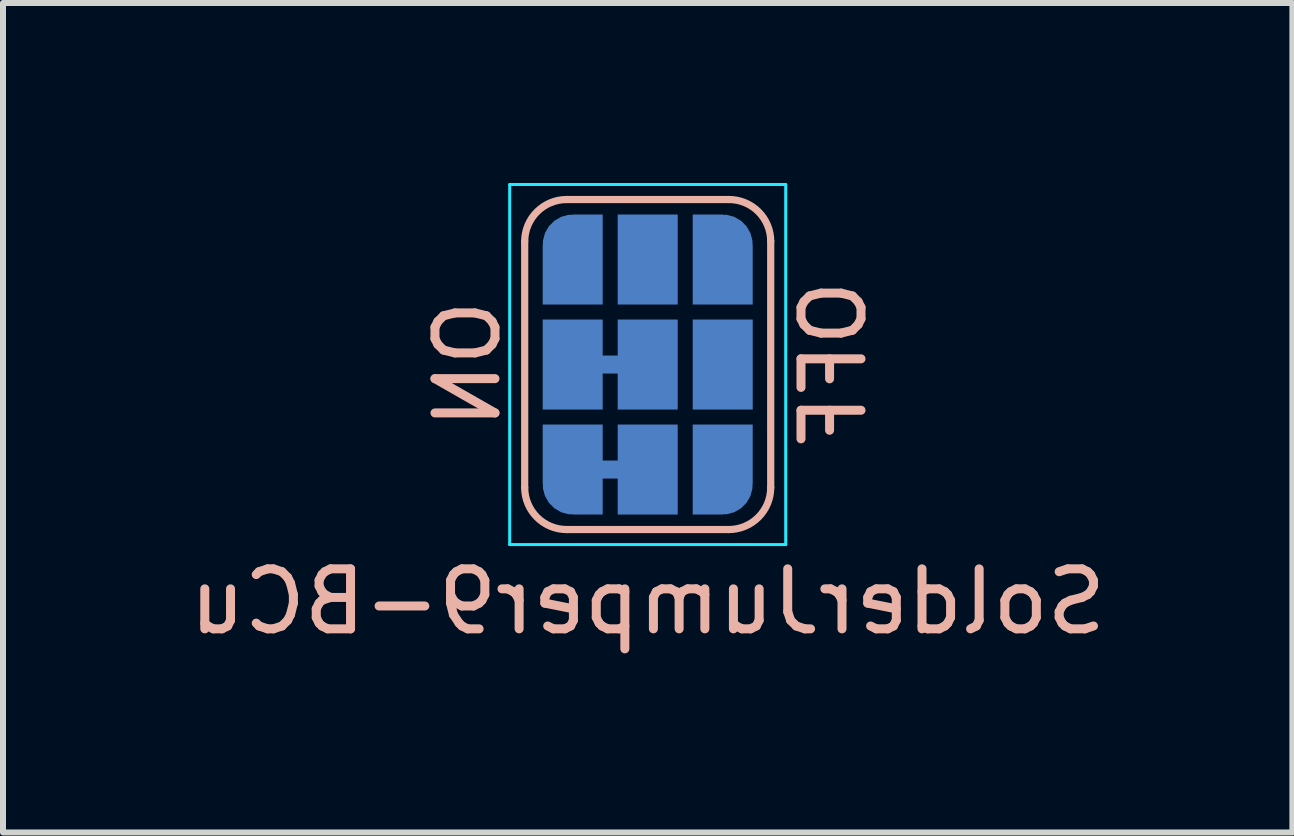
<source format=kicad_pcb>
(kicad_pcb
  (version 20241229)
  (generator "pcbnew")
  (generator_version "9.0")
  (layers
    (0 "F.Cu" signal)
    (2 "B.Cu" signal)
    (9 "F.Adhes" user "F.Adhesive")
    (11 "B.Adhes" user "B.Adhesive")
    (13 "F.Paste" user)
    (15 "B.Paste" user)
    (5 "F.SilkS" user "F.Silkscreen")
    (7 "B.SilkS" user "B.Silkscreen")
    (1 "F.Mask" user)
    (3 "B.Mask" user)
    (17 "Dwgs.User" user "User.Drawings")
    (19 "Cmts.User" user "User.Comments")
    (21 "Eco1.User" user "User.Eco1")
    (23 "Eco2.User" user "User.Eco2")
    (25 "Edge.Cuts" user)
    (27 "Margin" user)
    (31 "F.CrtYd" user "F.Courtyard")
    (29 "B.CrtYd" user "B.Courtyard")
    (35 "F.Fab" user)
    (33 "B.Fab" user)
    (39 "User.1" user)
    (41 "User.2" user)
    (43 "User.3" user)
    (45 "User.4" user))
  (footprint "SolderJumper9-BCu"
    (layer "F.Cu")
    (at 7.744 3.025)
    (property "Reference" "SolderJumper9-BCu" (at 0 3.95 0) (layer "B.SilkS") (effects (font (size 1 1) (thickness 0.15)) (justify mirror)))
    (attr exclude_from_pos_files exclude_from_bom)
    (fp_poly (pts (xy -0.9 -0.15) (xy -0.4 -0.15) (xy -0.4 0.15) (xy -0.9 0.15)) (stroke (width 0) (type solid)) (fill yes) (layer "B.Cu"))
    (fp_poly (pts (xy -0.9 1.6) (xy -0.4 1.6) (xy -0.4 1.9) (xy -0.9 1.9)) (stroke (width 0) (type solid)) (fill yes) (layer "B.Cu"))
    (fp_line (start -2.05 2.05) (end -2.05 -2.05) (stroke (width 0.12) (type solid)) (layer "B.SilkS"))
    (fp_line (start -1.35 -2.75) (end 1.35 -2.75) (stroke (width 0.12) (type solid)) (layer "B.SilkS"))
    (fp_line (start 1.35 2.75) (end -1.35 2.75) (stroke (width 0.12) (type solid)) (layer "B.SilkS"))
    (fp_line (start 2.05 -2.055) (end 2.05 2.05) (stroke (width 0.12) (type solid)) (layer "B.SilkS"))
    (fp_arc (start -2.05 -2.05) (mid -1.844975 -2.544975) (end -1.35 -2.75) (stroke (width 0.12) (type solid)) (layer "B.SilkS"))
    (fp_arc (start -1.35 2.75) (mid -1.844975 2.544975) (end -2.05 2.05) (stroke (width 0.12) (type solid)) (layer "B.SilkS"))
    (fp_arc (start 1.35 -2.75) (mid 1.844666 -2.548226) (end 2.049999 -2.055026) (stroke (width 0.12) (type solid)) (layer "B.SilkS"))
    (fp_arc (start 2.049999 2.05) (mid 1.844974 2.544975) (end 1.349999 2.75) (stroke (width 0.12) (type solid)) (layer "B.SilkS"))
    (fp_line (start -2.3 -3) (end -2.3 3) (stroke (width 0.05) (type solid)) (layer "B.CrtYd"))
    (fp_line (start -2.3 -3) (end 2.3 -3) (stroke (width 0.05) (type solid)) (layer "B.CrtYd"))
    (fp_line (start 2.3 3) (end -2.3 3) (stroke (width 0.05) (type solid)) (layer "B.CrtYd"))
    (fp_line (start 2.3 3) (end 2.3 -3) (stroke (width 0.05) (type solid)) (layer "B.CrtYd"))
    (fp_text user "OFF" (at 3.1 0 90) (layer "B.SilkS") (effects (font (size 1 1) (thickness 0.15)) (justify mirror)))
    (fp_text user "ON" (at -3 -0.003 90) (layer "B.SilkS") (effects (font (size 1 1) (thickness 0.15)) (justify mirror)))
    (pad "1" smd custom (at -1.25 -1.75 180) (size 1 0.5) (layers "B.Cu" "B.Mask") (options (anchor rect)) (primitives (gr_poly (pts (xy 0 0.75) (xy -0.5 0.75) (xy -0.5 -0.75) (xy 0 -0.75)) (width 0) (fill yes)) (gr_circle (center 0 0.25) (end 0.5 0.25) (width 0) (fill yes)) (gr_poly (pts (xy 0.5 -0.25) (xy 0 -0.25) (xy 0 -0.75) (xy 0.5 -0.75)) (width 0) (fill yes))))
    (pad "2" smd rect (at -0.000001 -1.75) (size 1 1.5) (layers "B.Cu" "B.Mask"))
    (pad "3" smd custom (at 1.25 -1.75 180) (size 1 0.5) (layers "B.Cu" "B.Mask") (options (anchor rect)) (primitives (gr_poly (pts (xy 0 0.75) (xy 0.5 0.75) (xy 0.5 -0.75) (xy 0 -0.75)) (width 0) (fill yes)) (gr_circle (center 0 0.25) (end -0.5 0.25) (width 0) (fill yes)) (gr_poly (pts (xy -0.5 -0.25) (xy 0 -0.25) (xy 0 -0.75) (xy -0.5 -0.75)) (width 0) (fill yes))))
    (pad "4" smd rect (at -1.25 0) (size 1 1.5) (layers "B.Cu" "B.Mask"))
    (pad "5" smd rect (at 0 0) (size 1 1.5) (layers "B.Cu" "B.Mask"))
    (pad "6" smd rect (at 1.25 0) (size 1 1.5) (layers "B.Cu" "B.Mask"))
    (pad "7" smd custom (at -1.25 1.75) (size 1 0.5) (layers "B.Cu" "B.Mask") (options (anchor rect)) (primitives (gr_poly (pts (xy 0 0.75) (xy 0.5 0.75) (xy 0.5 -0.75) (xy 0 -0.75)) (width 0) (fill yes)) (gr_circle (center 0 0.25) (end -0.5 0.25) (width 0) (fill yes)) (gr_poly (pts (xy -0.5 -0.25) (xy 0 -0.25) (xy 0 -0.75) (xy -0.5 -0.75)) (width 0) (fill yes))))
    (pad "8" smd rect (at -0.000001 1.75) (size 1 1.5) (layers "B.Cu" "B.Mask"))
    (pad "9" smd custom (at 1.25 1.75) (size 1 0.5) (layers "B.Cu" "B.Mask") (options (anchor rect)) (primitives (gr_poly (pts (xy 0 0.75) (xy -0.5 0.75) (xy -0.5 -0.75) (xy 0 -0.75)) (width 0) (fill yes)) (gr_circle (center 0 0.25) (end 0.5 0.25) (width 0) (fill yes)) (gr_poly (pts (xy 0.5 -0.25) (xy 0 -0.25) (xy 0 -0.75) (xy 0.5 -0.75)) (width 0) (fill yes)))))
  (gr_rect
    (start -3 -3)
    (end 18.488 10.823)
    (stroke (width 0.1) (type default))
    (fill no)
    (layer "Edge.Cuts")))
</source>
